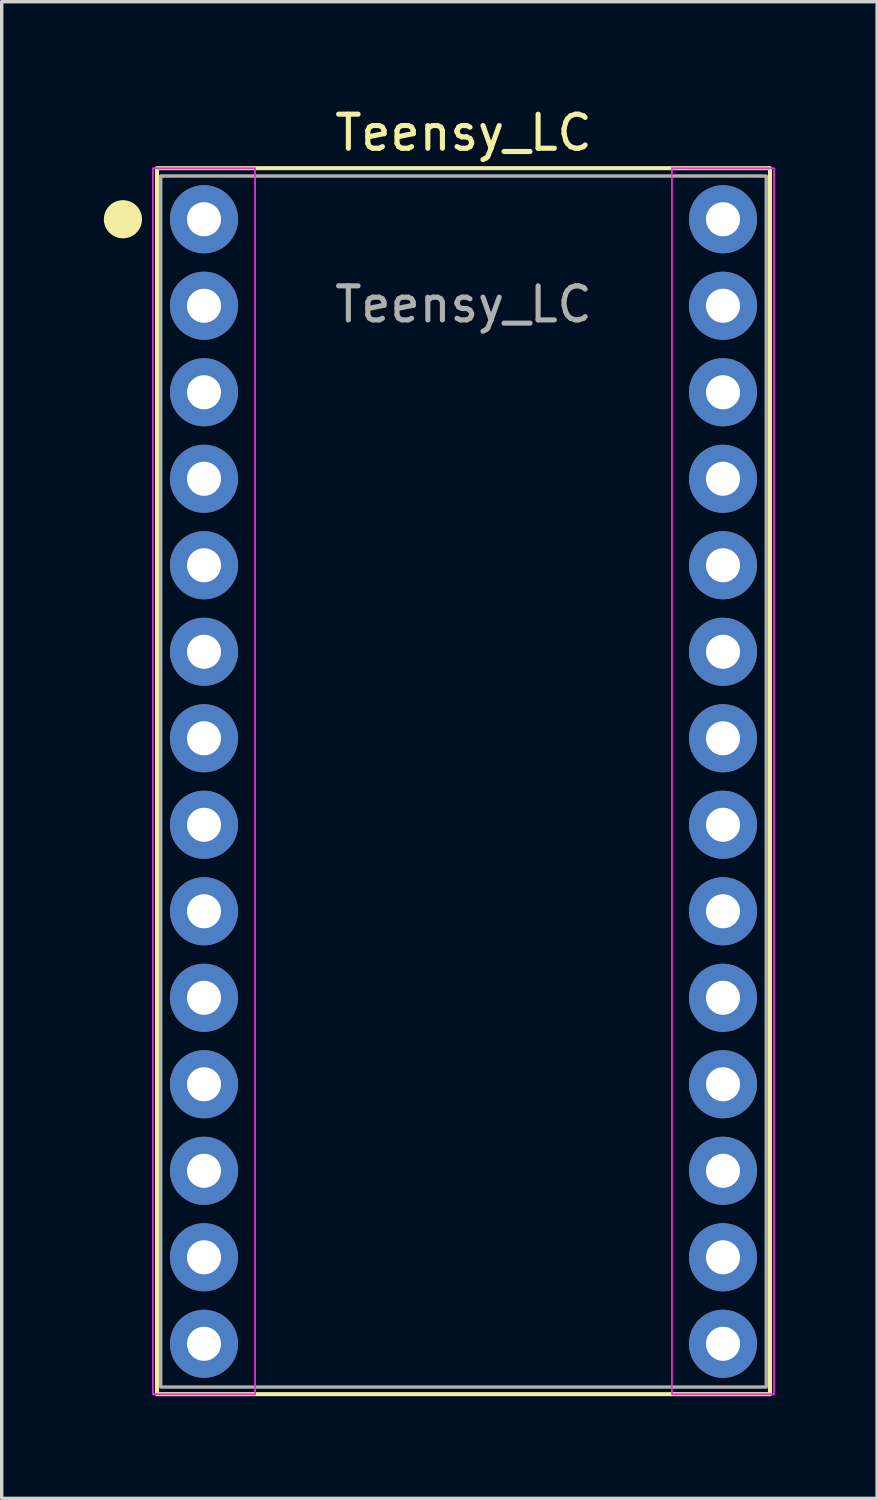
<source format=kicad_pcb>
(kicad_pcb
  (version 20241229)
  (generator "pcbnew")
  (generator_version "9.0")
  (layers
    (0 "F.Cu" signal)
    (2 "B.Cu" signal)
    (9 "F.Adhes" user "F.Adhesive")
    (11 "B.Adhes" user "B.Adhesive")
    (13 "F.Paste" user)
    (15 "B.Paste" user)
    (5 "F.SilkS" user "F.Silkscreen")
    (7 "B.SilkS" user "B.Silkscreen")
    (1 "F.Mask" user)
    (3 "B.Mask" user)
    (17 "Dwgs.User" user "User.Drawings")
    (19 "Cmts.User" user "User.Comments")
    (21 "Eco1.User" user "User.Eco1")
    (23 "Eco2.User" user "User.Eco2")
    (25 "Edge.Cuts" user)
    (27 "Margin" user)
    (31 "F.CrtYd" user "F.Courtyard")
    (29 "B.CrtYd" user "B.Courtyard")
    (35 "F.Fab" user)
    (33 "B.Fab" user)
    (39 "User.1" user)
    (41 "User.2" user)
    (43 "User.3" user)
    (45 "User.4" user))
  (footprint "Teensy_LC"
    (layer "F.Cu")
    (at 10.56 3.388)
    (property "Reference" "Teensy_LC" (at 0 -2.54 0) (unlocked yes) (layer "F.SilkS") (effects (font (size 1 1) (thickness 0.15))))
    (attr smd)
    (fp_rect (start -9 -1.5) (end 9 34.5) (stroke (width 0.12) (type solid)) (fill no) (layer "F.SilkS"))
    (fp_circle (center -10 0) (end -9.5 0) (stroke (width 0.12) (type solid)) (fill yes) (layer "F.SilkS"))
    (fp_rect (start -9.12 -1.5) (end -6.12 34.5) (stroke (width 0.05) (type solid)) (fill no) (layer "F.CrtYd"))
    (fp_rect (start 6.12 -1.5) (end 9.12 34.5) (stroke (width 0.05) (type solid)) (fill no) (layer "F.CrtYd"))
    (fp_rect (start -8.89 -1.27) (end 8.89 34.29) (stroke (width 0.1) (type solid)) (fill no) (layer "F.Fab"))
    (fp_text user "${REFERENCE}" (at 0 2.5 0) (unlocked yes) (layer "F.Fab") (effects (font (size 1 1) (thickness 0.15))))
    (pad "1" thru_hole circle (at -7.62 0) (size 2 2) (drill 1) (layers "*.Cu" "*.Mask"))
    (pad "2" thru_hole circle (at -7.62 2.54) (size 2 2) (drill 1) (layers "*.Cu" "*.Mask"))
    (pad "3" thru_hole circle (at -7.62 5.08) (size 2 2) (drill 1) (layers "*.Cu" "*.Mask"))
    (pad "4" thru_hole circle (at -7.62 7.62) (size 2 2) (drill 1) (layers "*.Cu" "*.Mask"))
    (pad "5" thru_hole circle (at -7.62 10.16) (size 2 2) (drill 1) (layers "*.Cu" "*.Mask"))
    (pad "6" thru_hole circle (at -7.62 12.7) (size 2 2) (drill 1) (layers "*.Cu" "*.Mask"))
    (pad "7" thru_hole circle (at -7.62 15.24) (size 2 2) (drill 1) (layers "*.Cu" "*.Mask"))
    (pad "8" thru_hole circle (at -7.62 17.78) (size 2 2) (drill 1) (layers "*.Cu" "*.Mask"))
    (pad "9" thru_hole circle (at -7.62 20.32) (size 2 2) (drill 1) (layers "*.Cu" "*.Mask"))
    (pad "10" thru_hole circle (at -7.62 22.86) (size 2 2) (drill 1) (layers "*.Cu" "*.Mask"))
    (pad "11" thru_hole circle (at -7.62 25.4) (size 2 2) (drill 1) (layers "*.Cu" "*.Mask"))
    (pad "12" thru_hole circle (at -7.62 27.94) (size 2 2) (drill 1) (layers "*.Cu" "*.Mask"))
    (pad "13" thru_hole circle (at -7.62 30.48) (size 2 2) (drill 1) (layers "*.Cu" "*.Mask"))
    (pad "14" thru_hole circle (at -7.62 33.02) (size 2 2) (drill 1) (layers "*.Cu" "*.Mask"))
    (pad "15" thru_hole circle (at 7.62 33.02) (size 2 2) (drill 1) (layers "*.Cu" "*.Mask"))
    (pad "16" thru_hole circle (at 7.62 30.48) (size 2 2) (drill 1) (layers "*.Cu" "*.Mask"))
    (pad "17" thru_hole circle (at 7.62 27.94) (size 2 2) (drill 1) (layers "*.Cu" "*.Mask"))
    (pad "18" thru_hole circle (at 7.62 25.4) (size 2 2) (drill 1) (layers "*.Cu" "*.Mask"))
    (pad "19" thru_hole circle (at 7.62 22.86) (size 2 2) (drill 1) (layers "*.Cu" "*.Mask"))
    (pad "20" thru_hole circle (at 7.62 20.32) (size 2 2) (drill 1) (layers "*.Cu" "*.Mask"))
    (pad "21" thru_hole circle (at 7.62 17.78) (size 2 2) (drill 1) (layers "*.Cu" "*.Mask"))
    (pad "22" thru_hole circle (at 7.62 15.24) (size 2 2) (drill 1) (layers "*.Cu" "*.Mask"))
    (pad "23" thru_hole circle (at 7.62 12.7) (size 2 2) (drill 1) (layers "*.Cu" "*.Mask"))
    (pad "24" thru_hole circle (at 7.62 10.16) (size 2 2) (drill 1) (layers "*.Cu" "*.Mask"))
    (pad "25" thru_hole circle (at 7.62 7.62) (size 2 2) (drill 1) (layers "*.Cu" "*.Mask"))
    (pad "26" thru_hole circle (at 7.62 5.08) (size 2 2) (drill 1) (layers "*.Cu" "*.Mask"))
    (pad "27" thru_hole circle (at 7.62 2.54) (size 2 2) (drill 1) (layers "*.Cu" "*.Mask"))
    (pad "28" thru_hole circle (at 7.62 0) (size 2 2) (drill 1) (layers "*.Cu" "*.Mask")))
  (gr_rect
    (start -3 -3)
    (end 22.705 40.948)
    (stroke (width 0.1) (type default))
    (fill no)
    (layer "Edge.Cuts")))
</source>
